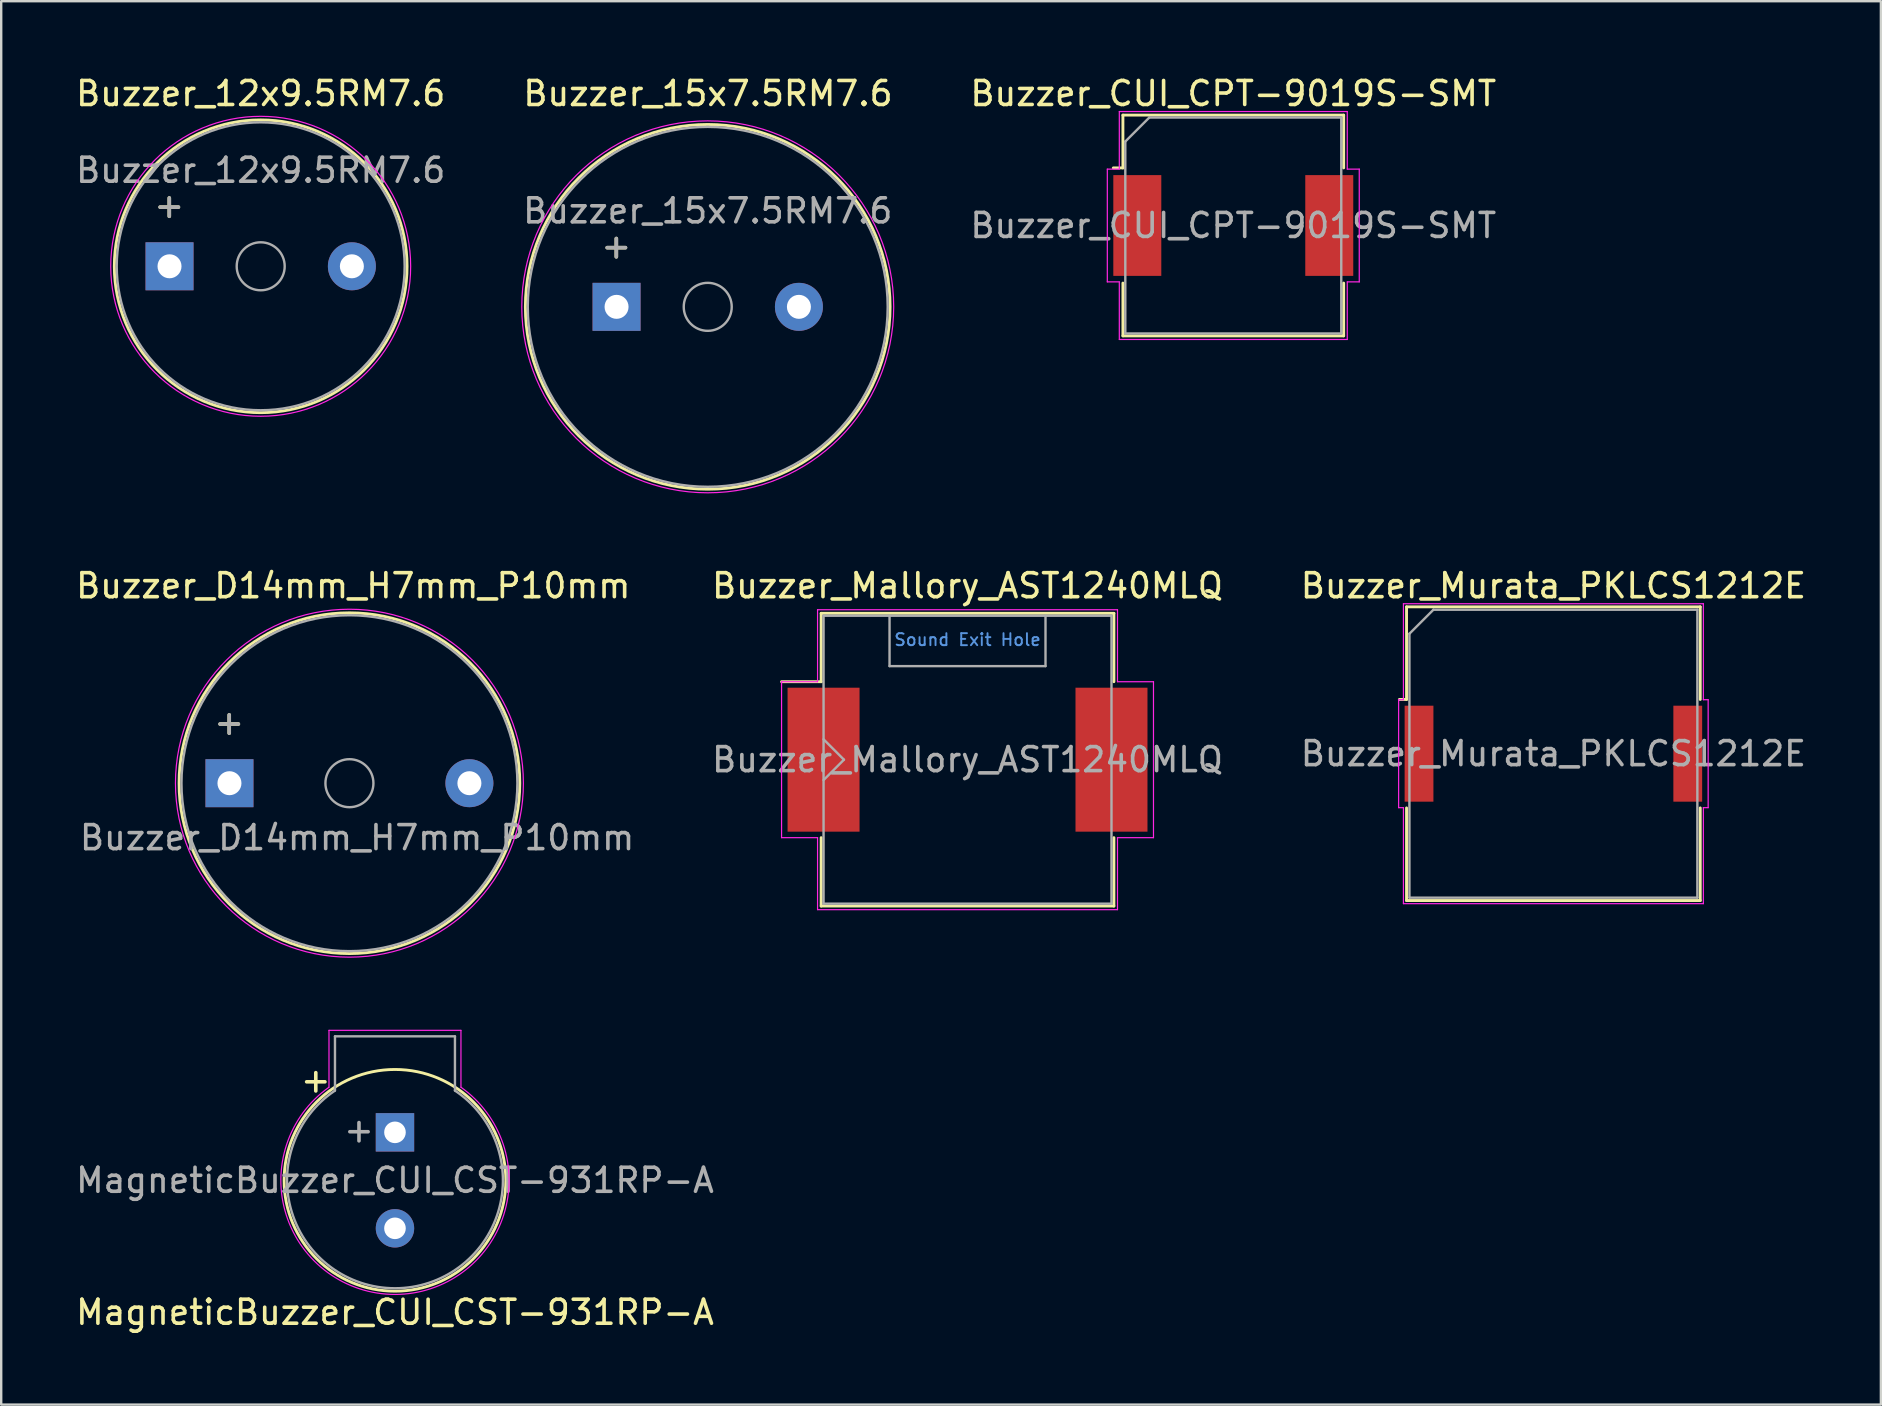
<source format=kicad_pcb>
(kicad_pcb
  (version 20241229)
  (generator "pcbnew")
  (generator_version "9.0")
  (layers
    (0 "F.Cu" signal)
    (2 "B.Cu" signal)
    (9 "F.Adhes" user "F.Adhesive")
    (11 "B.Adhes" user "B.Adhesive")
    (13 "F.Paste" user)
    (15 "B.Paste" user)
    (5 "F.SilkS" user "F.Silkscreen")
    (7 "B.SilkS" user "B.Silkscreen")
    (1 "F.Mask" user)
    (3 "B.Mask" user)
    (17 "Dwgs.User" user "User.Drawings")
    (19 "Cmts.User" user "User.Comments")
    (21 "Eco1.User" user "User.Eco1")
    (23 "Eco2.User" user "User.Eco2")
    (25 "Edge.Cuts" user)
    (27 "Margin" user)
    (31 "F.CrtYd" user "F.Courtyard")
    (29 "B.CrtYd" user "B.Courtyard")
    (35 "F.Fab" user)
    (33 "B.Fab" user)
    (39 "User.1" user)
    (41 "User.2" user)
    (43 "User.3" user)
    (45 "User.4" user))
  (footprint "Buzzer_15x7.5RM7.6"
    (layer "F.Cu")
    (at 22.646 9.738)
    (property "Reference" "Buzzer_15x7.5RM7.6" (at 3.81 -8.89 0) (layer "F.SilkS") (effects (font (size 1 1) (thickness 0.15))))
    (attr through_hole)
    (fp_circle (center 3.8 0) (end 11.4 0) (stroke (width 0.12) (type solid)) (fill no) (layer "F.SilkS"))
    (fp_circle (center 3.8 0) (end 11.55 0) (stroke (width 0.05) (type solid)) (fill no) (layer "F.CrtYd"))
    (fp_circle (center 3.8 0) (end 4.8 0) (stroke (width 0.1) (type solid)) (fill no) (layer "F.Fab"))
    (fp_circle (center 3.8 0) (end 11.3 0) (stroke (width 0.1) (type solid)) (fill no) (layer "F.Fab"))
    (fp_text user "+" (at -0.01 -2.54 0) (layer "F.SilkS") (effects (font (size 1 1) (thickness 0.15))))
    (fp_text user "+" (at -0.01 -2.54 0) (layer "F.Fab") (effects (font (size 1 1) (thickness 0.15))))
    (fp_text user "${REFERENCE}" (at 3.8 -4 0) (layer "F.Fab") (effects (font (size 1 1) (thickness 0.15))))
    (pad "1" thru_hole rect (at 0 0) (size 2 2) (drill 1) (layers "*.Cu" "*.Mask"))
    (pad "2" thru_hole circle (at 7.6 0) (size 2 2) (drill 1) (layers "*.Cu" "*.Mask")))
  (footprint "Buzzer_Mallory_AST1240MLQ"
    (layer "F.Cu")
    (at 37.273 28.611)
    (property "Reference" "Buzzer_Mallory_AST1240MLQ" (at 0 -7.25 0) (layer "F.SilkS") (effects (font (size 1 1) (thickness 0.15))))
    (attr smd)
    (fp_line (start -6.1 -6.1) (end 6.1 -6.1) (stroke (width 0.12) (type solid)) (layer "F.SilkS"))
    (fp_line (start -6.1 -3.25) (end -7.75 -3.25) (stroke (width 0.12) (type solid)) (layer "F.SilkS"))
    (fp_line (start -6.1 -3.25) (end -6.1 -6.1) (stroke (width 0.12) (type solid)) (layer "F.SilkS"))
    (fp_line (start -6.1 6.1) (end -6.1 3.25) (stroke (width 0.12) (type solid)) (layer "F.SilkS"))
    (fp_line (start 6.1 -6.1) (end 6.1 -3.25) (stroke (width 0.12) (type solid)) (layer "F.SilkS"))
    (fp_line (start 6.1 3.25) (end 6.1 6.1) (stroke (width 0.12) (type solid)) (layer "F.SilkS"))
    (fp_line (start 6.1 6.1) (end -6.1 6.1) (stroke (width 0.12) (type solid)) (layer "F.SilkS"))
    (fp_line (start -7.75 -3.25) (end -6.25 -3.25) (stroke (width 0.05) (type solid)) (layer "F.CrtYd"))
    (fp_line (start -7.75 3.25) (end -7.75 -3.25) (stroke (width 0.05) (type solid)) (layer "F.CrtYd"))
    (fp_line (start -6.25 -6.25) (end 6.25 -6.25) (stroke (width 0.05) (type solid)) (layer "F.CrtYd"))
    (fp_line (start -6.25 -3.25) (end -6.25 -6.25) (stroke (width 0.05) (type solid)) (layer "F.CrtYd"))
    (fp_line (start -6.25 3.25) (end -7.75 3.25) (stroke (width 0.05) (type solid)) (layer "F.CrtYd"))
    (fp_line (start -6.25 6.25) (end -6.25 3.25) (stroke (width 0.05) (type solid)) (layer "F.CrtYd"))
    (fp_line (start 6.25 -6.25) (end 6.25 -3.25) (stroke (width 0.05) (type solid)) (layer "F.CrtYd"))
    (fp_line (start 6.25 -3.25) (end 7.75 -3.25) (stroke (width 0.05) (type solid)) (layer "F.CrtYd"))
    (fp_line (start 6.25 3.25) (end 6.25 6.25) (stroke (width 0.05) (type solid)) (layer "F.CrtYd"))
    (fp_line (start 6.25 6.25) (end -6.25 6.25) (stroke (width 0.05) (type solid)) (layer "F.CrtYd"))
    (fp_line (start 7.75 -3.25) (end 7.75 3.25) (stroke (width 0.05) (type solid)) (layer "F.CrtYd"))
    (fp_line (start 7.75 3.25) (end 6.25 3.25) (stroke (width 0.05) (type solid)) (layer "F.CrtYd"))
    (fp_line (start -6 -6) (end 6 -6) (stroke (width 0.1) (type solid)) (layer "F.Fab"))
    (fp_line (start -6 6) (end -6 -6) (stroke (width 0.1) (type solid)) (layer "F.Fab"))
    (fp_line (start -5.15 0) (end -6 -0.85) (stroke (width 0.1) (type solid)) (layer "F.Fab"))
    (fp_line (start -5.15 0) (end -6 0.85) (stroke (width 0.1) (type solid)) (layer "F.Fab"))
    (fp_line (start -3.25 -6) (end -3.25 -3.9) (stroke (width 0.1) (type solid)) (layer "F.Fab"))
    (fp_line (start -3.25 -3.9) (end 3.25 -3.9) (stroke (width 0.1) (type solid)) (layer "F.Fab"))
    (fp_line (start 3.25 -3.9) (end 3.25 -6) (stroke (width 0.1) (type solid)) (layer "F.Fab"))
    (fp_line (start 6 -6) (end 6 6) (stroke (width 0.1) (type solid)) (layer "F.Fab"))
    (fp_line (start 6 6) (end -6 6) (stroke (width 0.1) (type solid)) (layer "F.Fab"))
    (fp_text user "Sound Exit Hole" (at 0 -5 0) (unlocked yes) (layer "Cmts.User") (effects (font (size 0.5 0.5) (thickness 0.08))))
    (fp_text user "${REFERENCE}" (at 0 0 180) (layer "F.Fab") (effects (font (size 1 1) (thickness 0.15))))
    (pad "1" smd rect (at -6 0) (size 3 6) (layers "F.Cu" "F.Mask" "F.Paste"))
    (pad "2" smd rect (at 6 0) (size 3 6) (layers "F.Cu" "F.Mask" "F.Paste")))
  (footprint "Buzzer_CUI_CPT-9019S-SMT"
    (layer "F.Cu")
    (at 48.349 6.348)
    (property "Reference" "Buzzer_CUI_CPT-9019S-SMT" (at 0 -5.5 0) (layer "F.SilkS") (effects (font (size 1 1) (thickness 0.15))))
    (attr smd)
    (fp_line (start -4.6 -4.6) (end -4.6 -2.4) (stroke (width 0.12) (type solid)) (layer "F.SilkS"))
    (fp_line (start -4.6 -4.6) (end 4.6 -4.6) (stroke (width 0.12) (type solid)) (layer "F.SilkS"))
    (fp_line (start -4.6 -2.4) (end -5 -2.4) (stroke (width 0.12) (type solid)) (layer "F.SilkS"))
    (fp_line (start -4.6 2.4) (end -4.6 4.6) (stroke (width 0.12) (type solid)) (layer "F.SilkS"))
    (fp_line (start 4.6 -4.6) (end 4.6 -2.4) (stroke (width 0.12) (type solid)) (layer "F.SilkS"))
    (fp_line (start 4.6 2.4) (end 4.6 4.6) (stroke (width 0.12) (type solid)) (layer "F.SilkS"))
    (fp_line (start 4.6 4.6) (end -4.6 4.6) (stroke (width 0.12) (type solid)) (layer "F.SilkS"))
    (fp_line (start -5.25 -2.35) (end -4.75 -2.35) (stroke (width 0.05) (type solid)) (layer "F.CrtYd"))
    (fp_line (start -5.25 2.35) (end -5.25 -2.35) (stroke (width 0.05) (type solid)) (layer "F.CrtYd"))
    (fp_line (start -4.75 -4.75) (end 4.75 -4.75) (stroke (width 0.05) (type solid)) (layer "F.CrtYd"))
    (fp_line (start -4.75 -2.35) (end -4.75 -4.75) (stroke (width 0.05) (type solid)) (layer "F.CrtYd"))
    (fp_line (start -4.75 2.35) (end -5.25 2.35) (stroke (width 0.05) (type solid)) (layer "F.CrtYd"))
    (fp_line (start -4.75 4.75) (end -4.75 2.35) (stroke (width 0.05) (type solid)) (layer "F.CrtYd"))
    (fp_line (start 4.75 -4.75) (end 4.75 -2.35) (stroke (width 0.05) (type solid)) (layer "F.CrtYd"))
    (fp_line (start 4.75 -2.35) (end 5.25 -2.35) (stroke (width 0.05) (type solid)) (layer "F.CrtYd"))
    (fp_line (start 4.75 2.35) (end 4.75 4.75) (stroke (width 0.05) (type solid)) (layer "F.CrtYd"))
    (fp_line (start 4.75 4.75) (end -4.75 4.75) (stroke (width 0.05) (type solid)) (layer "F.CrtYd"))
    (fp_line (start 5.25 -2.35) (end 5.25 2.35) (stroke (width 0.05) (type solid)) (layer "F.CrtYd"))
    (fp_line (start 5.25 2.35) (end 4.75 2.35) (stroke (width 0.05) (type solid)) (layer "F.CrtYd"))
    (fp_line (start -4.5 -3.5) (end -4.5 4.5) (stroke (width 0.1) (type solid)) (layer "F.Fab"))
    (fp_line (start -4.5 4.5) (end 4.5 4.5) (stroke (width 0.1) (type solid)) (layer "F.Fab"))
    (fp_line (start -3.5 -4.5) (end -4.5 -3.5) (stroke (width 0.1) (type solid)) (layer "F.Fab"))
    (fp_line (start 4.5 -4.5) (end -3.5 -4.5) (stroke (width 0.1) (type solid)) (layer "F.Fab"))
    (fp_line (start 4.5 4.5) (end 4.5 -4.5) (stroke (width 0.1) (type solid)) (layer "F.Fab"))
    (fp_text user "${REFERENCE}" (at 0 0 0) (layer "F.Fab") (effects (font (size 1 1) (thickness 0.15))))
    (pad "1" smd rect (at -4 0) (size 2 4.2) (layers "F.Cu" "F.Mask" "F.Paste"))
    (pad "2" smd rect (at 4 0) (size 2 4.2) (layers "F.Cu" "F.Mask" "F.Paste")))
  (footprint "Buzzer_12x9.5RM7.6"
    (layer "F.Cu")
    (at 4.015 8.048)
    (property "Reference" "Buzzer_12x9.5RM7.6" (at 3.8 -7.2 0) (layer "F.SilkS") (effects (font (size 1 1) (thickness 0.15))))
    (attr through_hole)
    (fp_circle (center 3.8 0) (end 9.9 0) (stroke (width 0.12) (type solid)) (fill no) (layer "F.SilkS"))
    (fp_circle (center 3.8 0) (end 10.05 0) (stroke (width 0.05) (type solid)) (fill no) (layer "F.CrtYd"))
    (fp_circle (center 3.8 0) (end 4.8 0) (stroke (width 0.1) (type solid)) (fill no) (layer "F.Fab"))
    (fp_circle (center 3.8 0) (end 9.8 0) (stroke (width 0.1) (type solid)) (fill no) (layer "F.Fab"))
    (fp_text user "+" (at -0.01 -2.54 0) (layer "F.SilkS") (effects (font (size 1 1) (thickness 0.15))))
    (fp_text user "+" (at -0.01 -2.54 0) (layer "F.Fab") (effects (font (size 1 1) (thickness 0.15))))
    (fp_text user "${REFERENCE}" (at 3.8 -4 0) (layer "F.Fab") (effects (font (size 1 1) (thickness 0.15))))
    (pad "1" thru_hole rect (at 0 0) (size 2 2) (drill 1) (layers "*.Cu" "*.Mask"))
    (pad "2" thru_hole circle (at 7.6 0) (size 2 2) (drill 1) (layers "*.Cu" "*.Mask")))
  (footprint "Buzzer_D14mm_H7mm_P10mm"
    (layer "F.Cu")
    (at 6.513 29.591)
    (property "Reference" "Buzzer_D14mm_H7mm_P10mm" (at 5.16 -8.23 0) (layer "F.SilkS") (effects (font (size 1 1) (thickness 0.15))))
    (attr through_hole)
    (fp_circle (center 5 0) (end 12.1 0) (stroke (width 0.12) (type solid)) (fill no) (layer "F.SilkS"))
    (fp_circle (center 5 0) (end 12.25 0) (stroke (width 0.05) (type solid)) (fill no) (layer "F.CrtYd"))
    (fp_circle (center 5 0) (end 6 0) (stroke (width 0.1) (type solid)) (fill no) (layer "F.Fab"))
    (fp_circle (center 5 0) (end 12 0) (stroke (width 0.1) (type solid)) (fill no) (layer "F.Fab"))
    (fp_text user "+" (at -0.01 -2.54 0) (layer "F.SilkS") (effects (font (size 1 1) (thickness 0.15))))
    (fp_text user "+" (at -0.01 -2.54 0) (layer "F.Fab") (effects (font (size 1 1) (thickness 0.15))))
    (fp_text user "${REFERENCE}" (at 5.32 2.27 0) (layer "F.Fab") (effects (font (size 1 1) (thickness 0.15))))
    (pad "1" thru_hole rect (at 0 0) (size 2 2) (drill 1) (layers "*.Cu" "*.Mask"))
    (pad "2" thru_hole circle (at 10 0) (size 2 2) (drill 1) (layers "*.Cu" "*.Mask")))
  (footprint "Buzzer_Murata_PKLCS1212E"
    (layer "F.Cu")
    (at 61.69 28.361)
    (property "Reference" "Buzzer_Murata_PKLCS1212E" (at 0 -7 0) (layer "F.SilkS") (effects (font (size 1 1) (thickness 0.15))))
    (attr smd)
    (fp_line (start -6.12 -6.12) (end 6.12 -6.12) (stroke (width 0.12) (type solid)) (layer "F.SilkS"))
    (fp_line (start -6.12 -2.26) (end -6.42 -2.26) (stroke (width 0.12) (type solid)) (layer "F.SilkS"))
    (fp_line (start -6.12 -2.26) (end -6.12 -6.12) (stroke (width 0.12) (type solid)) (layer "F.SilkS"))
    (fp_line (start -6.12 6.12) (end -6.12 2.26) (stroke (width 0.12) (type solid)) (layer "F.SilkS"))
    (fp_line (start 6.12 -6.12) (end 6.12 -2.26) (stroke (width 0.12) (type solid)) (layer "F.SilkS"))
    (fp_line (start 6.12 2.26) (end 6.12 6.12) (stroke (width 0.12) (type solid)) (layer "F.SilkS"))
    (fp_line (start 6.12 6.12) (end -6.12 6.12) (stroke (width 0.12) (type solid)) (layer "F.SilkS"))
    (fp_line (start -6.45 2.25) (end -6.45 -2.25) (stroke (width 0.05) (type solid)) (layer "F.CrtYd"))
    (fp_line (start -6.25 -6.25) (end 6.25 -6.25) (stroke (width 0.05) (type solid)) (layer "F.CrtYd"))
    (fp_line (start -6.25 -2.25) (end -6.45 -2.25) (stroke (width 0.05) (type solid)) (layer "F.CrtYd"))
    (fp_line (start -6.25 -2.25) (end -6.25 -6.25) (stroke (width 0.05) (type solid)) (layer "F.CrtYd"))
    (fp_line (start -6.25 2.25) (end -6.45 2.25) (stroke (width 0.05) (type solid)) (layer "F.CrtYd"))
    (fp_line (start -6.25 6.25) (end -6.25 2.25) (stroke (width 0.05) (type solid)) (layer "F.CrtYd"))
    (fp_line (start 6.25 -2.25) (end 6.25 -6.25) (stroke (width 0.05) (type solid)) (layer "F.CrtYd"))
    (fp_line (start 6.25 -2.25) (end 6.45 -2.25) (stroke (width 0.05) (type solid)) (layer "F.CrtYd"))
    (fp_line (start 6.25 2.25) (end 6.45 2.25) (stroke (width 0.05) (type solid)) (layer "F.CrtYd"))
    (fp_line (start 6.25 6.25) (end -6.25 6.25) (stroke (width 0.05) (type solid)) (layer "F.CrtYd"))
    (fp_line (start 6.25 6.25) (end 6.25 2.25) (stroke (width 0.05) (type solid)) (layer "F.CrtYd"))
    (fp_line (start 6.45 2.25) (end 6.45 -2.25) (stroke (width 0.05) (type solid)) (layer "F.CrtYd"))
    (fp_line (start -6 -5) (end -5 -6) (stroke (width 0.1) (type solid)) (layer "F.Fab"))
    (fp_line (start -6 6) (end -6 -5) (stroke (width 0.1) (type solid)) (layer "F.Fab"))
    (fp_line (start -5 -6) (end 6 -6) (stroke (width 0.1) (type solid)) (layer "F.Fab"))
    (fp_line (start 6 -6) (end 6 6) (stroke (width 0.1) (type solid)) (layer "F.Fab"))
    (fp_line (start 6 6) (end -6 6) (stroke (width 0.1) (type solid)) (layer "F.Fab"))
    (fp_text user "${REFERENCE}" (at 0 0 0) (layer "F.Fab") (effects (font (size 1 1) (thickness 0.15))))
    (pad "1" smd rect (at -5.6 0) (size 1.2 4) (layers "F.Cu" "F.Mask" "F.Paste"))
    (pad "2" smd rect (at 5.6 0) (size 1.2 4) (layers "F.Cu" "F.Mask" "F.Paste")))
  (footprint "MagneticBuzzer_CUI_CST-931RP-A"
    (layer "F.Cu")
    (at 13.411 44.142)
    (property "Reference" "MagneticBuzzer_CUI_CST-931RP-A" (at 0 7.5 0) (layer "F.SilkS") (effects (font (size 1 1) (thickness 0.15))))
    (attr through_hole)
    (fp_circle (center 0 2) (end 4.62 2) (stroke (width 0.12) (type solid)) (fill no) (layer "F.SilkS"))
    (fp_line (start -2.75 -4.25) (end 2.75 -4.25) (stroke (width 0.05) (type solid)) (layer "F.CrtYd"))
    (fp_line (start -2.75 -1.88) (end -2.75 -4.25) (stroke (width 0.05) (type solid)) (layer "F.CrtYd"))
    (fp_line (start 2.75 -4.25) (end 2.75 -1.88) (stroke (width 0.05) (type solid)) (layer "F.CrtYd"))
    (fp_arc (start 2.75 -1.88) (mid 0.006009 6.755719) (end -2.759797 -1.873038) (stroke (width 0.05) (type solid)) (layer "F.CrtYd"))
    (fp_line (start -2.5 -4) (end -2.5 -1.74) (stroke (width 0.1) (type solid)) (layer "F.Fab"))
    (fp_line (start -2.5 -4) (end 2.5 -4) (stroke (width 0.1) (type solid)) (layer "F.Fab"))
    (fp_line (start 2.5 -4) (end 2.5 -1.74) (stroke (width 0.1) (type solid)) (layer "F.Fab"))
    (fp_arc (start 2.5 -1.74) (mid 0.003084 6.498621) (end -2.505126 -1.736568) (stroke (width 0.1) (type solid)) (layer "F.Fab"))
    (fp_text user "+" (at -3.3 -2.18 0) (layer "F.SilkS") (effects (font (size 1 1) (thickness 0.15))))
    (fp_text user "+" (at -1.5 -0.1 0) (layer "F.Fab") (effects (font (size 1 1) (thickness 0.15))))
    (fp_text user "${REFERENCE}" (at 0 2 0) (layer "F.Fab") (effects (font (size 1 1) (thickness 0.15))))
    (pad "1" thru_hole rect (at 0 0) (size 1.6 1.6) (drill 0.9) (layers "*.Cu" "*.Mask"))
    (pad "2" thru_hole circle (at 0 4) (size 1.6 1.6) (drill 0.9) (layers "*.Cu" "*.Mask")))
  (gr_rect
    (start -3 -3)
    (end 75.339 55.49)
    (stroke (width 0.1) (type default))
    (fill no)
    (layer "Edge.Cuts")))
</source>
